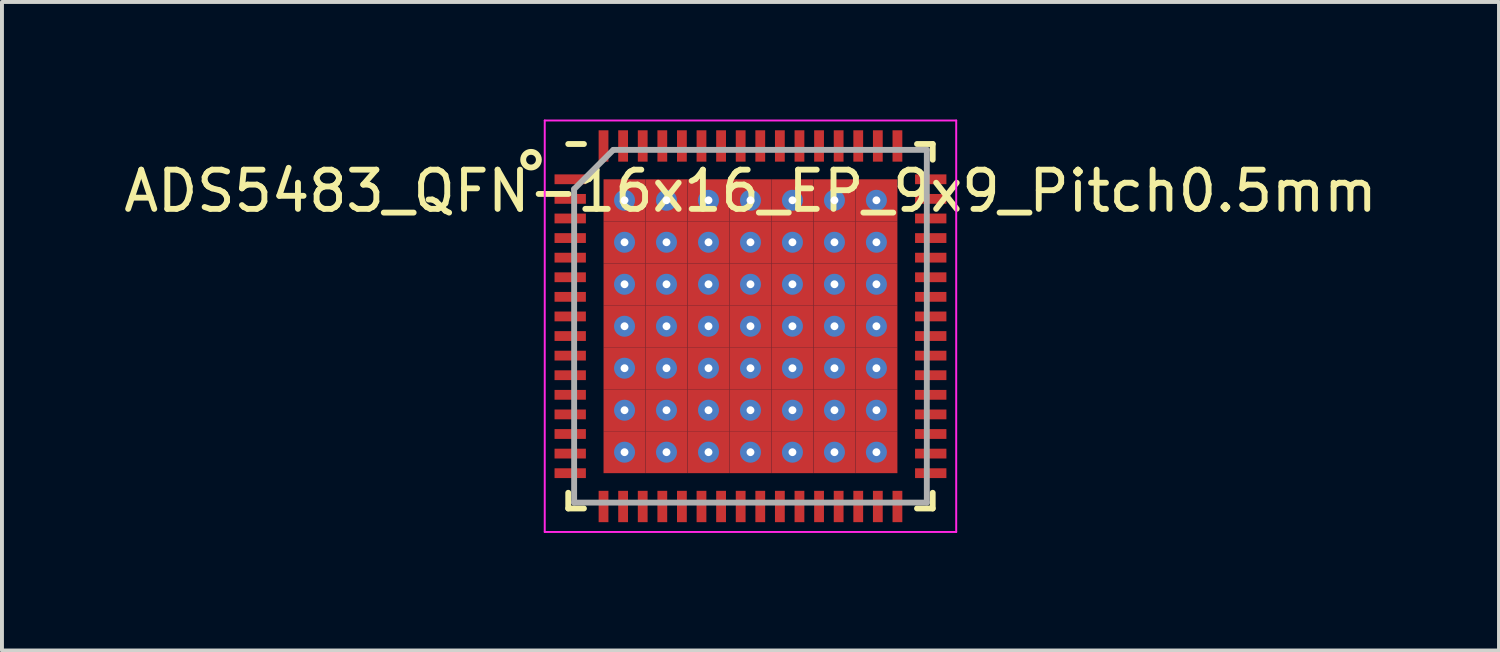
<source format=kicad_pcb>
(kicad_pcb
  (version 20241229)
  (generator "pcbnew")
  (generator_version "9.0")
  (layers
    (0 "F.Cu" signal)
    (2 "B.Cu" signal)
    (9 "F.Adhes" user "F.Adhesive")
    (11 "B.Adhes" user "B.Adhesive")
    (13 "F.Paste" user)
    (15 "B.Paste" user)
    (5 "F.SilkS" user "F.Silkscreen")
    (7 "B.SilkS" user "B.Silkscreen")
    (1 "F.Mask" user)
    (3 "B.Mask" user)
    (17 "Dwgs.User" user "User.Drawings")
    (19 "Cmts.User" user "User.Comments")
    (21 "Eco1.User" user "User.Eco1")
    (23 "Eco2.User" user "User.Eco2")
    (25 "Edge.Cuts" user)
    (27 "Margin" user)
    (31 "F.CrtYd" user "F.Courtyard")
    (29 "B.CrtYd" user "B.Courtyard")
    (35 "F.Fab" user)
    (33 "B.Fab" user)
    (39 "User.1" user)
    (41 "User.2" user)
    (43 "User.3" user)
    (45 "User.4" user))
  (footprint "ADS5483_QFN-16x16_EP_9x9_Pitch0.5mm"
    (layer "F.Cu")
    (at 16.101 5.275)
    (property "Reference" "ADS5483_QFN-16x16_EP_9x9_Pitch0.5mm" (at 0 -3.45 0) (layer "F.SilkS") (effects (font (size 1 1) (thickness 0.15))))
    (attr through_hole)
    (fp_line (start -4.65 4.65) (end -4.65 4.25) (stroke (width 0.15) (type default)) (layer "F.SilkS"))
    (fp_line (start -4.25 -4.65) (end -4.65 -4.65) (stroke (width 0.15) (type default)) (layer "F.SilkS"))
    (fp_line (start -4.25 4.65) (end -4.65 4.65) (stroke (width 0.15) (type default)) (layer "F.SilkS"))
    (fp_line (start 4.25 -4.65) (end 4.65 -4.65) (stroke (width 0.15) (type default)) (layer "F.SilkS"))
    (fp_line (start 4.25 4.65) (end 4.65 4.65) (stroke (width 0.15) (type default)) (layer "F.SilkS"))
    (fp_line (start 4.65 -4.65) (end 4.65 -4.25) (stroke (width 0.15) (type default)) (layer "F.SilkS"))
    (fp_line (start 4.65 4.65) (end 4.65 4.25) (stroke (width 0.15) (type default)) (layer "F.SilkS"))
    (fp_circle (center -5.6 -4.25) (end -5.6 -4.05) (stroke (width 0.15) (type default)) (fill no) (layer "F.SilkS"))
    (fp_line (start -5.25 -5.25) (end 5.25 -5.25) (stroke (width 0.05) (type default)) (layer "F.CrtYd"))
    (fp_line (start -5.25 5.25) (end -5.25 -5.25) (stroke (width 0.05) (type default)) (layer "F.CrtYd"))
    (fp_line (start 5.25 -5.25) (end 5.25 5.25) (stroke (width 0.05) (type default)) (layer "F.CrtYd"))
    (fp_line (start 5.25 5.25) (end -5.25 5.25) (stroke (width 0.05) (type default)) (layer "F.CrtYd"))
    (fp_line (start -4.5 -3.5) (end -4.5 4.5) (stroke (width 0.15) (type default)) (layer "F.Fab"))
    (fp_line (start -4.5 4.5) (end 4.5 4.5) (stroke (width 0.15) (type default)) (layer "F.Fab"))
    (fp_line (start -3.5 -4.5) (end -4.5 -3.5) (stroke (width 0.15) (type default)) (layer "F.Fab"))
    (fp_line (start 4.5 -4.5) (end -3.5 -4.5) (stroke (width 0.15) (type default)) (layer "F.Fab"))
    (fp_line (start 4.5 4.5) (end 4.5 -4.5) (stroke (width 0.15) (type default)) (layer "F.Fab"))
    (pad "1" smd rect (at -4.6 -3.75 90) (size 0.25 0.8) (layers "F.Cu" "F.Mask" "F.Paste"))
    (pad "2" smd rect (at -4.6 -3.25 90) (size 0.25 0.8) (layers "F.Cu" "F.Mask" "F.Paste"))
    (pad "3" smd rect (at -4.6 -2.75 90) (size 0.25 0.8) (layers "F.Cu" "F.Mask" "F.Paste"))
    (pad "4" smd rect (at -4.6 -2.25 90) (size 0.25 0.8) (layers "F.Cu" "F.Mask" "F.Paste"))
    (pad "5" smd rect (at -4.6 -1.75 90) (size 0.25 0.8) (layers "F.Cu" "F.Mask" "F.Paste"))
    (pad "6" smd rect (at -4.6 -1.25 90) (size 0.25 0.8) (layers "F.Cu" "F.Mask" "F.Paste"))
    (pad "7" smd rect (at -4.6 -0.75 90) (size 0.25 0.8) (layers "F.Cu" "F.Mask" "F.Paste"))
    (pad "8" smd rect (at -4.6 -0.25 90) (size 0.25 0.8) (layers "F.Cu" "F.Mask" "F.Paste"))
    (pad "9" smd rect (at -4.6 0.25 90) (size 0.25 0.8) (layers "F.Cu" "F.Mask" "F.Paste"))
    (pad "10" smd rect (at -4.6 0.75 90) (size 0.25 0.8) (layers "F.Cu" "F.Mask" "F.Paste"))
    (pad "11" smd rect (at -4.6 1.25 90) (size 0.25 0.8) (layers "F.Cu" "F.Mask" "F.Paste"))
    (pad "12" smd rect (at -4.6 1.75 90) (size 0.25 0.8) (layers "F.Cu" "F.Mask" "F.Paste"))
    (pad "13" smd rect (at -4.6 2.25 90) (size 0.25 0.8) (layers "F.Cu" "F.Mask" "F.Paste"))
    (pad "14" smd rect (at -4.6 2.75 90) (size 0.25 0.8) (layers "F.Cu" "F.Mask" "F.Paste"))
    (pad "15" smd rect (at -4.6 3.25 90) (size 0.25 0.8) (layers "F.Cu" "F.Mask" "F.Paste"))
    (pad "16" smd rect (at -4.6 3.75 90) (size 0.25 0.8) (layers "F.Cu" "F.Mask" "F.Paste"))
    (pad "17" smd rect (at -3.75 4.6) (size 0.25 0.8) (layers "F.Cu" "F.Mask" "F.Paste"))
    (pad "18" smd rect (at -3.25 4.6) (size 0.25 0.8) (layers "F.Cu" "F.Mask" "F.Paste"))
    (pad "19" smd rect (at -2.75 4.6) (size 0.25 0.8) (layers "F.Cu" "F.Mask" "F.Paste"))
    (pad "20" smd rect (at -2.25 4.6) (size 0.25 0.8) (layers "F.Cu" "F.Mask" "F.Paste"))
    (pad "21" smd rect (at -1.75 4.6) (size 0.25 0.8) (layers "F.Cu" "F.Mask" "F.Paste"))
    (pad "22" smd rect (at -1.25 4.6) (size 0.25 0.8) (layers "F.Cu" "F.Mask" "F.Paste"))
    (pad "23" smd rect (at -0.75 4.6) (size 0.25 0.8) (layers "F.Cu" "F.Mask" "F.Paste"))
    (pad "24" smd rect (at -0.25 4.6) (size 0.25 0.8) (layers "F.Cu" "F.Mask" "F.Paste"))
    (pad "25" smd rect (at 0.25 4.6) (size 0.25 0.8) (layers "F.Cu" "F.Mask" "F.Paste"))
    (pad "26" smd rect (at 0.75 4.6) (size 0.25 0.8) (layers "F.Cu" "F.Mask" "F.Paste"))
    (pad "27" smd rect (at 1.25 4.6) (size 0.25 0.8) (layers "F.Cu" "F.Mask" "F.Paste"))
    (pad "28" smd rect (at 1.75 4.6) (size 0.25 0.8) (layers "F.Cu" "F.Mask" "F.Paste"))
    (pad "29" smd rect (at 2.25 4.6) (size 0.25 0.8) (layers "F.Cu" "F.Mask" "F.Paste"))
    (pad "30" smd rect (at 2.75 4.6) (size 0.25 0.8) (layers "F.Cu" "F.Mask" "F.Paste"))
    (pad "31" smd rect (at 3.25 4.6) (size 0.25 0.8) (layers "F.Cu" "F.Mask" "F.Paste"))
    (pad "32" smd rect (at 3.75 4.6) (size 0.25 0.8) (layers "F.Cu" "F.Mask" "F.Paste"))
    (pad "33" smd rect (at 4.6 3.75 90) (size 0.25 0.8) (layers "F.Cu" "F.Mask" "F.Paste"))
    (pad "34" smd rect (at 4.6 3.25 90) (size 0.25 0.8) (layers "F.Cu" "F.Mask" "F.Paste"))
    (pad "35" smd rect (at 4.6 2.75 90) (size 0.25 0.8) (layers "F.Cu" "F.Mask" "F.Paste"))
    (pad "36" smd rect (at 4.6 2.25 90) (size 0.25 0.8) (layers "F.Cu" "F.Mask" "F.Paste"))
    (pad "37" smd rect (at 4.6 1.75 90) (size 0.25 0.8) (layers "F.Cu" "F.Mask" "F.Paste"))
    (pad "38" smd rect (at 4.6 1.25 90) (size 0.25 0.8) (layers "F.Cu" "F.Mask" "F.Paste"))
    (pad "39" smd rect (at 4.6 0.75 90) (size 0.25 0.8) (layers "F.Cu" "F.Mask" "F.Paste"))
    (pad "40" smd rect (at 4.6 0.25 90) (size 0.25 0.8) (layers "F.Cu" "F.Mask" "F.Paste"))
    (pad "41" smd rect (at 4.6 -0.25 90) (size 0.25 0.8) (layers "F.Cu" "F.Mask" "F.Paste"))
    (pad "42" smd rect (at 4.6 -0.75 90) (size 0.25 0.8) (layers "F.Cu" "F.Mask" "F.Paste"))
    (pad "43" smd rect (at 4.6 -1.25 90) (size 0.25 0.8) (layers "F.Cu" "F.Mask" "F.Paste"))
    (pad "44" smd rect (at 4.6 -1.75 90) (size 0.25 0.8) (layers "F.Cu" "F.Mask" "F.Paste"))
    (pad "45" smd rect (at 4.6 -2.25 90) (size 0.25 0.8) (layers "F.Cu" "F.Mask" "F.Paste"))
    (pad "46" smd rect (at 4.6 -2.75 90) (size 0.25 0.8) (layers "F.Cu" "F.Mask" "F.Paste"))
    (pad "47" smd rect (at 4.6 -3.25 90) (size 0.25 0.8) (layers "F.Cu" "F.Mask" "F.Paste"))
    (pad "48" smd rect (at 4.6 -3.75 90) (size 0.25 0.8) (layers "F.Cu" "F.Mask" "F.Paste"))
    (pad "49" smd rect (at 3.75 -4.6) (size 0.25 0.8) (layers "F.Cu" "F.Mask" "F.Paste"))
    (pad "50" smd rect (at 3.25 -4.6) (size 0.25 0.8) (layers "F.Cu" "F.Mask" "F.Paste"))
    (pad "51" smd rect (at 2.75 -4.6) (size 0.25 0.8) (layers "F.Cu" "F.Mask" "F.Paste"))
    (pad "52" smd rect (at 2.25 -4.6) (size 0.25 0.8) (layers "F.Cu" "F.Mask" "F.Paste"))
    (pad "53" smd rect (at 1.75 -4.6) (size 0.25 0.8) (layers "F.Cu" "F.Mask" "F.Paste"))
    (pad "54" smd rect (at 1.25 -4.6) (size 0.25 0.8) (layers "F.Cu" "F.Mask" "F.Paste"))
    (pad "55" smd rect (at 0.75 -4.6) (size 0.25 0.8) (layers "F.Cu" "F.Mask" "F.Paste"))
    (pad "56" smd rect (at 0.25 -4.6) (size 0.25 0.8) (layers "F.Cu" "F.Mask" "F.Paste"))
    (pad "57" smd rect (at -0.25 -4.6) (size 0.25 0.8) (layers "F.Cu" "F.Mask" "F.Paste"))
    (pad "58" smd rect (at -0.75 -4.6) (size 0.25 0.8) (layers "F.Cu" "F.Mask" "F.Paste"))
    (pad "59" smd rect (at -1.25 -4.6) (size 0.25 0.8) (layers "F.Cu" "F.Mask" "F.Paste"))
    (pad "60" smd rect (at -1.75 -4.6) (size 0.25 0.8) (layers "F.Cu" "F.Mask" "F.Paste"))
    (pad "61" smd rect (at -2.25 -4.6) (size 0.25 0.8) (layers "F.Cu" "F.Mask" "F.Paste"))
    (pad "62" smd rect (at -2.75 -4.6) (size 0.25 0.8) (layers "F.Cu" "F.Mask" "F.Paste"))
    (pad "63" smd rect (at -3.25 -4.6) (size 0.25 0.8) (layers "F.Cu" "F.Mask" "F.Paste"))
    (pad "64" smd rect (at -3.75 -4.6) (size 0.25 0.8) (layers "F.Cu" "F.Mask" "F.Paste"))
    (pad "65" thru_hole circle (at -3.214 -3.214) (size 0.536 0.536) (drill 0.2) (layers "*.Cu" "*.Mask"))
    (pad "65" smd rect (at -3.214 -3.214) (size 1.071 1.071) (layers "F.Cu" "F.Mask" "F.Paste"))
    (pad "65" thru_hole circle (at -3.214 -2.143) (size 0.536 0.536) (drill 0.2) (layers "*.Cu" "*.Mask"))
    (pad "65" smd rect (at -3.214 -2.143) (size 1.071 1.071) (layers "F.Cu" "F.Mask" "F.Paste"))
    (pad "65" thru_hole circle (at -3.214 -1.071) (size 0.536 0.536) (drill 0.2) (layers "*.Cu" "*.Mask"))
    (pad "65" smd rect (at -3.214 -1.071) (size 1.071 1.071) (layers "F.Cu" "F.Mask" "F.Paste"))
    (pad "65" thru_hole circle (at -3.214 0) (size 0.536 0.536) (drill 0.2) (layers "*.Cu" "*.Mask"))
    (pad "65" smd rect (at -3.214 0) (size 1.071 1.071) (layers "F.Cu" "F.Mask" "F.Paste"))
    (pad "65" thru_hole circle (at -3.214 1.071) (size 0.536 0.536) (drill 0.2) (layers "*.Cu" "*.Mask"))
    (pad "65" smd rect (at -3.214 1.071) (size 1.071 1.071) (layers "F.Cu" "F.Mask" "F.Paste"))
    (pad "65" thru_hole circle (at -3.214 2.143) (size 0.536 0.536) (drill 0.2) (layers "*.Cu" "*.Mask"))
    (pad "65" smd rect (at -3.214 2.143) (size 1.071 1.071) (layers "F.Cu" "F.Mask" "F.Paste"))
    (pad "65" thru_hole circle (at -3.214 3.214) (size 0.536 0.536) (drill 0.2) (layers "*.Cu" "*.Mask"))
    (pad "65" smd rect (at -3.214 3.214) (size 1.071 1.071) (layers "F.Cu" "F.Mask" "F.Paste"))
    (pad "65" thru_hole circle (at -2.143 -3.214) (size 0.536 0.536) (drill 0.2) (layers "*.Cu" "*.Mask"))
    (pad "65" smd rect (at -2.143 -3.214) (size 1.071 1.071) (layers "F.Cu" "F.Mask" "F.Paste"))
    (pad "65" thru_hole circle (at -2.143 -2.143) (size 0.536 0.536) (drill 0.2) (layers "*.Cu" "*.Mask"))
    (pad "65" smd rect (at -2.143 -2.143) (size 1.071 1.071) (layers "F.Cu" "F.Mask" "F.Paste"))
    (pad "65" thru_hole circle (at -2.143 -1.071) (size 0.536 0.536) (drill 0.2) (layers "*.Cu" "*.Mask"))
    (pad "65" smd rect (at -2.143 -1.071) (size 1.071 1.071) (layers "F.Cu" "F.Mask" "F.Paste"))
    (pad "65" thru_hole circle (at -2.143 0) (size 0.536 0.536) (drill 0.2) (layers "*.Cu" "*.Mask"))
    (pad "65" smd rect (at -2.143 0) (size 1.071 1.071) (layers "F.Cu" "F.Mask" "F.Paste"))
    (pad "65" thru_hole circle (at -2.143 1.071) (size 0.536 0.536) (drill 0.2) (layers "*.Cu" "*.Mask"))
    (pad "65" smd rect (at -2.143 1.071) (size 1.071 1.071) (layers "F.Cu" "F.Mask" "F.Paste"))
    (pad "65" thru_hole circle (at -2.143 2.143) (size 0.536 0.536) (drill 0.2) (layers "*.Cu" "*.Mask"))
    (pad "65" smd rect (at -2.143 2.143) (size 1.071 1.071) (layers "F.Cu" "F.Mask" "F.Paste"))
    (pad "65" thru_hole circle (at -2.143 3.214) (size 0.536 0.536) (drill 0.2) (layers "*.Cu" "*.Mask"))
    (pad "65" smd rect (at -2.143 3.214) (size 1.071 1.071) (layers "F.Cu" "F.Mask" "F.Paste"))
    (pad "65" thru_hole circle (at -1.071 -3.214) (size 0.536 0.536) (drill 0.2) (layers "*.Cu" "*.Mask"))
    (pad "65" smd rect (at -1.071 -3.214) (size 1.071 1.071) (layers "F.Cu" "F.Mask" "F.Paste"))
    (pad "65" thru_hole circle (at -1.071 -2.143) (size 0.536 0.536) (drill 0.2) (layers "*.Cu" "*.Mask"))
    (pad "65" smd rect (at -1.071 -2.143) (size 1.071 1.071) (layers "F.Cu" "F.Mask" "F.Paste"))
    (pad "65" thru_hole circle (at -1.071 -1.071) (size 0.536 0.536) (drill 0.2) (layers "*.Cu" "*.Mask"))
    (pad "65" smd rect (at -1.071 -1.071) (size 1.071 1.071) (layers "F.Cu" "F.Mask" "F.Paste"))
    (pad "65" thru_hole circle (at -1.071 0) (size 0.536 0.536) (drill 0.2) (layers "*.Cu" "*.Mask"))
    (pad "65" smd rect (at -1.071 0) (size 1.071 1.071) (layers "F.Cu" "F.Mask" "F.Paste"))
    (pad "65" thru_hole circle (at -1.071 1.071) (size 0.536 0.536) (drill 0.2) (layers "*.Cu" "*.Mask"))
    (pad "65" smd rect (at -1.071 1.071) (size 1.071 1.071) (layers "F.Cu" "F.Mask" "F.Paste"))
    (pad "65" thru_hole circle (at -1.071 2.143) (size 0.536 0.536) (drill 0.2) (layers "*.Cu" "*.Mask"))
    (pad "65" smd rect (at -1.071 2.143) (size 1.071 1.071) (layers "F.Cu" "F.Mask" "F.Paste"))
    (pad "65" thru_hole circle (at -1.071 3.214) (size 0.536 0.536) (drill 0.2) (layers "*.Cu" "*.Mask"))
    (pad "65" smd rect (at -1.071 3.214) (size 1.071 1.071) (layers "F.Cu" "F.Mask" "F.Paste"))
    (pad "65" thru_hole circle (at 0 -3.214) (size 0.536 0.536) (drill 0.2) (layers "*.Cu" "*.Mask"))
    (pad "65" smd rect (at 0 -3.214) (size 1.071 1.071) (layers "F.Cu" "F.Mask" "F.Paste"))
    (pad "65" thru_hole circle (at 0 -2.143) (size 0.536 0.536) (drill 0.2) (layers "*.Cu" "*.Mask"))
    (pad "65" smd rect (at 0 -2.143) (size 1.071 1.071) (layers "F.Cu" "F.Mask" "F.Paste"))
    (pad "65" thru_hole circle (at 0 -1.071) (size 0.536 0.536) (drill 0.2) (layers "*.Cu" "*.Mask"))
    (pad "65" smd rect (at 0 -1.071) (size 1.071 1.071) (layers "F.Cu" "F.Mask" "F.Paste"))
    (pad "65" thru_hole circle (at 0 0) (size 0.536 0.536) (drill 0.2) (layers "*.Cu" "*.Mask"))
    (pad "65" smd rect (at 0 0) (size 1.071 1.071) (layers "F.Cu" "F.Mask" "F.Paste"))
    (pad "65" thru_hole circle (at 0 1.071) (size 0.536 0.536) (drill 0.2) (layers "*.Cu" "*.Mask"))
    (pad "65" smd rect (at 0 1.071) (size 1.071 1.071) (layers "F.Cu" "F.Mask" "F.Paste"))
    (pad "65" thru_hole circle (at 0 2.143) (size 0.536 0.536) (drill 0.2) (layers "*.Cu" "*.Mask"))
    (pad "65" smd rect (at 0 2.143) (size 1.071 1.071) (layers "F.Cu" "F.Mask" "F.Paste"))
    (pad "65" thru_hole circle (at 0 3.214) (size 0.536 0.536) (drill 0.2) (layers "*.Cu" "*.Mask"))
    (pad "65" smd rect (at 0 3.214) (size 1.071 1.071) (layers "F.Cu" "F.Mask" "F.Paste"))
    (pad "65" thru_hole circle (at 1.071 -3.214) (size 0.536 0.536) (drill 0.2) (layers "*.Cu" "*.Mask"))
    (pad "65" smd rect (at 1.071 -3.214) (size 1.071 1.071) (layers "F.Cu" "F.Mask" "F.Paste"))
    (pad "65" thru_hole circle (at 1.071 -2.143) (size 0.536 0.536) (drill 0.2) (layers "*.Cu" "*.Mask"))
    (pad "65" smd rect (at 1.071 -2.143) (size 1.071 1.071) (layers "F.Cu" "F.Mask" "F.Paste"))
    (pad "65" thru_hole circle (at 1.071 -1.071) (size 0.536 0.536) (drill 0.2) (layers "*.Cu" "*.Mask"))
    (pad "65" smd rect (at 1.071 -1.071) (size 1.071 1.071) (layers "F.Cu" "F.Mask" "F.Paste"))
    (pad "65" thru_hole circle (at 1.071 0) (size 0.536 0.536) (drill 0.2) (layers "*.Cu" "*.Mask"))
    (pad "65" smd rect (at 1.071 0) (size 1.071 1.071) (layers "F.Cu" "F.Mask" "F.Paste"))
    (pad "65" thru_hole circle (at 1.071 1.071) (size 0.536 0.536) (drill 0.2) (layers "*.Cu" "*.Mask"))
    (pad "65" smd rect (at 1.071 1.071) (size 1.071 1.071) (layers "F.Cu" "F.Mask" "F.Paste"))
    (pad "65" thru_hole circle (at 1.071 2.143) (size 0.536 0.536) (drill 0.2) (layers "*.Cu" "*.Mask"))
    (pad "65" smd rect (at 1.071 2.143) (size 1.071 1.071) (layers "F.Cu" "F.Mask" "F.Paste"))
    (pad "65" thru_hole circle (at 1.071 3.214) (size 0.536 0.536) (drill 0.2) (layers "*.Cu" "*.Mask"))
    (pad "65" smd rect (at 1.071 3.214) (size 1.071 1.071) (layers "F.Cu" "F.Mask" "F.Paste"))
    (pad "65" thru_hole circle (at 2.143 -3.214) (size 0.536 0.536) (drill 0.2) (layers "*.Cu" "*.Mask"))
    (pad "65" smd rect (at 2.143 -3.214) (size 1.071 1.071) (layers "F.Cu" "F.Mask" "F.Paste"))
    (pad "65" thru_hole circle (at 2.143 -2.143) (size 0.536 0.536) (drill 0.2) (layers "*.Cu" "*.Mask"))
    (pad "65" smd rect (at 2.143 -2.143) (size 1.071 1.071) (layers "F.Cu" "F.Mask" "F.Paste"))
    (pad "65" thru_hole circle (at 2.143 -1.071) (size 0.536 0.536) (drill 0.2) (layers "*.Cu" "*.Mask"))
    (pad "65" smd rect (at 2.143 -1.071) (size 1.071 1.071) (layers "F.Cu" "F.Mask" "F.Paste"))
    (pad "65" thru_hole circle (at 2.143 0) (size 0.536 0.536) (drill 0.2) (layers "*.Cu" "*.Mask"))
    (pad "65" smd rect (at 2.143 0) (size 1.071 1.071) (layers "F.Cu" "F.Mask" "F.Paste"))
    (pad "65" thru_hole circle (at 2.143 1.071) (size 0.536 0.536) (drill 0.2) (layers "*.Cu" "*.Mask"))
    (pad "65" smd rect (at 2.143 1.071) (size 1.071 1.071) (layers "F.Cu" "F.Mask" "F.Paste"))
    (pad "65" thru_hole circle (at 2.143 2.143) (size 0.536 0.536) (drill 0.2) (layers "*.Cu" "*.Mask"))
    (pad "65" smd rect (at 2.143 2.143) (size 1.071 1.071) (layers "F.Cu" "F.Mask" "F.Paste"))
    (pad "65" thru_hole circle (at 2.143 3.214) (size 0.536 0.536) (drill 0.2) (layers "*.Cu" "*.Mask"))
    (pad "65" smd rect (at 2.143 3.214) (size 1.071 1.071) (layers "F.Cu" "F.Mask" "F.Paste"))
    (pad "65" thru_hole circle (at 3.214 -3.214) (size 0.536 0.536) (drill 0.2) (layers "*.Cu" "*.Mask"))
    (pad "65" smd rect (at 3.214 -3.214) (size 1.071 1.071) (layers "F.Cu" "F.Mask" "F.Paste"))
    (pad "65" thru_hole circle (at 3.214 -2.143) (size 0.536 0.536) (drill 0.2) (layers "*.Cu" "*.Mask"))
    (pad "65" smd rect (at 3.214 -2.143) (size 1.071 1.071) (layers "F.Cu" "F.Mask" "F.Paste"))
    (pad "65" thru_hole circle (at 3.214 -1.071) (size 0.536 0.536) (drill 0.2) (layers "*.Cu" "*.Mask"))
    (pad "65" smd rect (at 3.214 -1.071) (size 1.071 1.071) (layers "F.Cu" "F.Mask" "F.Paste"))
    (pad "65" thru_hole circle (at 3.214 0) (size 0.536 0.536) (drill 0.2) (layers "*.Cu" "*.Mask"))
    (pad "65" smd rect (at 3.214 0) (size 1.071 1.071) (layers "F.Cu" "F.Mask" "F.Paste"))
    (pad "65" thru_hole circle (at 3.214 1.071) (size 0.536 0.536) (drill 0.2) (layers "*.Cu" "*.Mask"))
    (pad "65" smd rect (at 3.214 1.071) (size 1.071 1.071) (layers "F.Cu" "F.Mask" "F.Paste"))
    (pad "65" thru_hole circle (at 3.214 2.143) (size 0.536 0.536) (drill 0.2) (layers "*.Cu" "*.Mask"))
    (pad "65" smd rect (at 3.214 2.143) (size 1.071 1.071) (layers "F.Cu" "F.Mask" "F.Paste"))
    (pad "65" thru_hole circle (at 3.214 3.214) (size 0.536 0.536) (drill 0.2) (layers "*.Cu" "*.Mask"))
    (pad "65" smd rect (at 3.214 3.214) (size 1.071 1.071) (layers "F.Cu" "F.Mask" "F.Paste")))
  (gr_rect
    (start -3 -3)
    (end 35.202 13.55)
    (stroke (width 0.1) (type default))
    (fill no)
    (layer "Edge.Cuts")))
</source>
